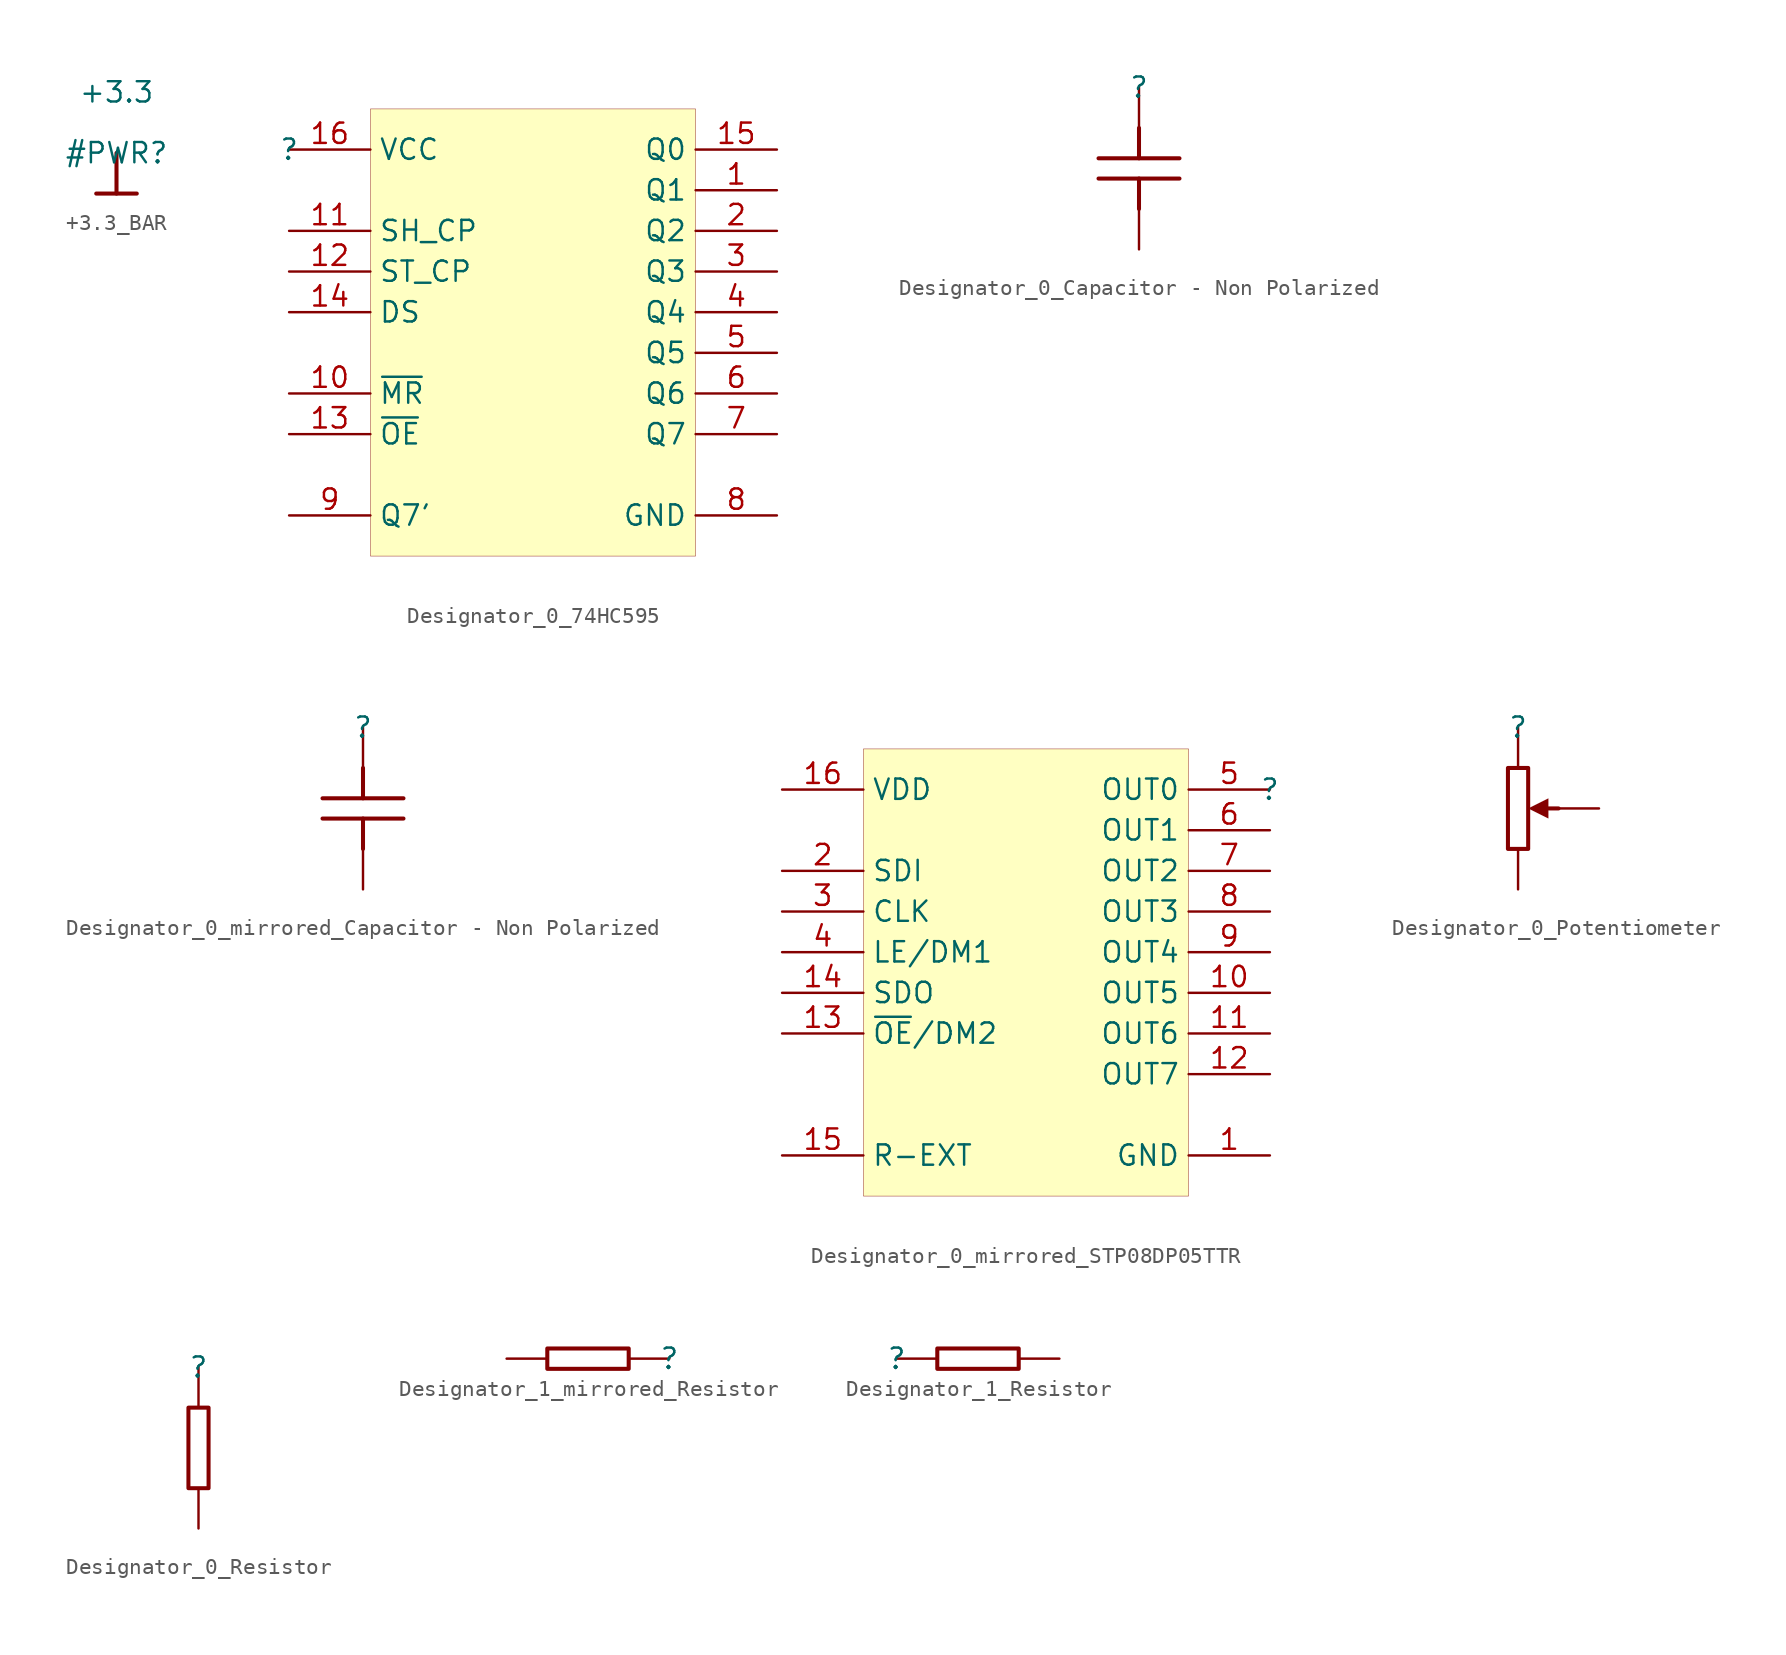
<source format=kicad_sym>
(kicad_symbol_lib
  (version 20231120)
  (generator "kicad_symbol_editor")
  (generator_version "8.0")
  (symbol "+3.3_BAR"
    (power)
    (property "Reference" "#PWR"
      (at 0 0 0)
      (effects (font (size 1.27 1.27))))
    (property "Value" "+3.3"
      (at 0 3.81 0)
      (effects (font (size 1.27 1.27))))
    (symbol "+3.3_BAR_0_0"
      (polyline (pts (xy -1.27 -2.54) (xy 1.27 -2.54)) (stroke (width 0.254) (type solid)) (fill (type none)))
      (polyline (pts (xy 0 0) (xy 0 -2.54)) (stroke (width 0.254) (type solid)) (fill (type none)))
      (pin power_in line (at 0 0 0) (length 0) hide (name "+3.3" (effects (font (size 1.27 1.27)))) (number "" (effects (font (size 1.27 1.27)))))))
  (symbol "Designator_0_74HC595"
    (property "Reference" ""
      (at 0 0 0)
      (effects (font (size 1.27 1.27))))
    (property "Value" ""
      (at 0 0 0)
      (effects (font (size 1.27 1.27))))
    (symbol "Designator_0_74HC595_1_0"
      (rectangle (start 25.4 2.54) (end 5.08 -25.4) (stroke (width 0.025) (type solid) (color 128 0 0 1)) (fill (type background)))
      (pin passive line (at 30.48 -2.54 180) (length 5.08) (name "Q1" (effects (font (size 1.27 1.27)))) (number "1" (effects (font (size 1.27 1.27)))))
      (pin passive line (at 0 -15.24 0) (length 5.08) (name "~{MR}" (effects (font (size 1.27 1.27)))) (number "10" (effects (font (size 1.27 1.27)))))
      (pin passive line (at 0 -5.08 0) (length 5.08) (name "SH_CP" (effects (font (size 1.27 1.27)))) (number "11" (effects (font (size 1.27 1.27)))))
      (pin passive line (at 0 -7.62 0) (length 5.08) (name "ST_CP" (effects (font (size 1.27 1.27)))) (number "12" (effects (font (size 1.27 1.27)))))
      (pin passive line (at 0 -17.78 0) (length 5.08) (name "~{OE}" (effects (font (size 1.27 1.27)))) (number "13" (effects (font (size 1.27 1.27)))))
      (pin passive line (at 0 -10.16 0) (length 5.08) (name "DS" (effects (font (size 1.27 1.27)))) (number "14" (effects (font (size 1.27 1.27)))))
      (pin passive line (at 30.48 0 180) (length 5.08) (name "Q0" (effects (font (size 1.27 1.27)))) (number "15" (effects (font (size 1.27 1.27)))))
      (pin passive line (at 0 0 0) (length 5.08) (name "VCC" (effects (font (size 1.27 1.27)))) (number "16" (effects (font (size 1.27 1.27)))))
      (pin passive line (at 30.48 -5.08 180) (length 5.08) (name "Q2" (effects (font (size 1.27 1.27)))) (number "2" (effects (font (size 1.27 1.27)))))
      (pin passive line (at 30.48 -7.62 180) (length 5.08) (name "Q3" (effects (font (size 1.27 1.27)))) (number "3" (effects (font (size 1.27 1.27)))))
      (pin passive line (at 30.48 -10.16 180) (length 5.08) (name "Q4" (effects (font (size 1.27 1.27)))) (number "4" (effects (font (size 1.27 1.27)))))
      (pin passive line (at 30.48 -12.7 180) (length 5.08) (name "Q5" (effects (font (size 1.27 1.27)))) (number "5" (effects (font (size 1.27 1.27)))))
      (pin passive line (at 30.48 -15.24 180) (length 5.08) (name "Q6" (effects (font (size 1.27 1.27)))) (number "6" (effects (font (size 1.27 1.27)))))
      (pin passive line (at 30.48 -17.78 180) (length 5.08) (name "Q7" (effects (font (size 1.27 1.27)))) (number "7" (effects (font (size 1.27 1.27)))))
      (pin passive line (at 30.48 -22.86 180) (length 5.08) (name "GND" (effects (font (size 1.27 1.27)))) (number "8" (effects (font (size 1.27 1.27)))))
      (pin passive line (at 0 -22.86 0) (length 5.08) (name "Q7'" (effects (font (size 1.27 1.27)))) (number "9" (effects (font (size 1.27 1.27)))))))
  (symbol "Designator_0_Capacitor - Non Polarized"
    (property "Reference" ""
      (at 0 0 0)
      (effects (font (size 1.27 1.27))))
    (property "Value" ""
      (at 0 0 0)
      (effects (font (size 1.27 1.27))))
    (symbol "Designator_0_Capacitor - Non Polarized_1_0"
      (polyline (pts (xy -2.54 -4.445) (xy 2.54 -4.445)) (stroke (width 0.254) (type solid)) (fill (type none)))
      (polyline (pts (xy 0 -7.62) (xy 0 -5.715)) (stroke (width 0.254) (type solid)) (fill (type none)))
      (polyline (pts (xy 0 -2.54) (xy 0 -4.445)) (stroke (width 0.254) (type solid)) (fill (type none)))
      (polyline (pts (xy 2.54 -5.715) (xy -2.54 -5.715)) (stroke (width 0.254) (type solid)) (fill (type none)))
      (pin passive line (at 0 0 270) (length 2.54) (name "" (effects (font (size 1.27 1.27)))) (number "1" (effects (font (size 0 0)))))
      (pin passive line (at 0 -10.16 90) (length 2.54) (name "" (effects (font (size 0 0)))) (number "2" (effects (font (size 0 0)))))))
  (symbol "Designator_0_mirrored_Capacitor - Non Polarized"
    (property "Reference" ""
      (at 0 0 0)
      (effects (font (size 1.27 1.27))))
    (property "Value" ""
      (at 0 0 0)
      (effects (font (size 1.27 1.27))))
    (symbol "Designator_0_mirrored_Capacitor - Non Polarized_1_0"
      (polyline (pts (xy -2.54 -5.715) (xy 2.54 -5.715)) (stroke (width 0.254) (type solid)) (fill (type none)))
      (polyline (pts (xy 0 -7.62) (xy 0 -5.715)) (stroke (width 0.254) (type solid)) (fill (type none)))
      (polyline (pts (xy 0 -2.54) (xy 0 -4.445)) (stroke (width 0.254) (type solid)) (fill (type none)))
      (polyline (pts (xy 2.54 -4.445) (xy -2.54 -4.445)) (stroke (width 0.254) (type solid)) (fill (type none)))
      (pin passive line (at 0 0 270) (length 2.54) (name "" (effects (font (size 1.27 1.27)))) (number "1" (effects (font (size 0 0)))))
      (pin passive line (at 0 -10.16 90) (length 2.54) (name "" (effects (font (size 0 0)))) (number "2" (effects (font (size 0 0)))))))
  (symbol "Designator_0_mirrored_STP08DP05TTR"
    (property "Reference" ""
      (at 0 0 0)
      (effects (font (size 1.27 1.27))))
    (property "Value" ""
      (at 0 0 0)
      (effects (font (size 1.27 1.27))))
    (symbol "Designator_0_mirrored_STP08DP05TTR_1_0"
      (rectangle (start -5.08 2.54) (end -25.4 -25.4) (stroke (width 0.025) (type solid) (color 128 0 0 1)) (fill (type background)))
      (pin passive line (at 0 -22.86 180) (length 5.08) (name "GND" (effects (font (size 1.27 1.27)))) (number "1" (effects (font (size 1.27 1.27)))))
      (pin passive line (at 0 -12.7 180) (length 5.08) (name "OUT5" (effects (font (size 1.27 1.27)))) (number "10" (effects (font (size 1.27 1.27)))))
      (pin passive line (at 0 -15.24 180) (length 5.08) (name "OUT6" (effects (font (size 1.27 1.27)))) (number "11" (effects (font (size 1.27 1.27)))))
      (pin passive line (at 0 -17.78 180) (length 5.08) (name "OUT7" (effects (font (size 1.27 1.27)))) (number "12" (effects (font (size 1.27 1.27)))))
      (pin passive line (at -30.48 -15.24 0) (length 5.08) (name "~{OE}/DM2" (effects (font (size 1.27 1.27)))) (number "13" (effects (font (size 1.27 1.27)))))
      (pin passive line (at -30.48 -12.7 0) (length 5.08) (name "SDO" (effects (font (size 1.27 1.27)))) (number "14" (effects (font (size 1.27 1.27)))))
      (pin passive line (at -30.48 -22.86 0) (length 5.08) (name "R-EXT" (effects (font (size 1.27 1.27)))) (number "15" (effects (font (size 1.27 1.27)))))
      (pin passive line (at -30.48 0 0) (length 5.08) (name "VDD" (effects (font (size 1.27 1.27)))) (number "16" (effects (font (size 1.27 1.27)))))
      (pin passive line (at -30.48 -5.08 0) (length 5.08) (name "SDI" (effects (font (size 1.27 1.27)))) (number "2" (effects (font (size 1.27 1.27)))))
      (pin passive line (at -30.48 -7.62 0) (length 5.08) (name "CLK" (effects (font (size 1.27 1.27)))) (number "3" (effects (font (size 1.27 1.27)))))
      (pin passive line (at -30.48 -10.16 0) (length 5.08) (name "LE/DM1" (effects (font (size 1.27 1.27)))) (number "4" (effects (font (size 1.27 1.27)))))
      (pin passive line (at 0 0 180) (length 5.08) (name "OUT0" (effects (font (size 1.27 1.27)))) (number "5" (effects (font (size 1.27 1.27)))))
      (pin passive line (at 0 -2.54 180) (length 5.08) (name "OUT1" (effects (font (size 1.27 1.27)))) (number "6" (effects (font (size 1.27 1.27)))))
      (pin passive line (at 0 -5.08 180) (length 5.08) (name "OUT2" (effects (font (size 1.27 1.27)))) (number "7" (effects (font (size 1.27 1.27)))))
      (pin passive line (at 0 -7.62 180) (length 5.08) (name "OUT3" (effects (font (size 1.27 1.27)))) (number "8" (effects (font (size 1.27 1.27)))))
      (pin passive line (at 0 -10.16 180) (length 5.08) (name "OUT4" (effects (font (size 1.27 1.27)))) (number "9" (effects (font (size 1.27 1.27)))))))
  (symbol "Designator_0_Potentiometer"
    (property "Reference" ""
      (at 0 0 0)
      (effects (font (size 1.27 1.27))))
    (property "Value" ""
      (at 0 0 0)
      (effects (font (size 1.27 1.27))))
    (symbol "Designator_0_Potentiometer_1_0"
      (polyline (pts (xy 2.54 -5.08) (xy 1.905 -5.08)) (stroke (width 0.254) (type solid)) (fill (type none)))
      (polyline (pts (xy 1.905 -4.445) (xy 1.905 -5.715) (xy 0.635 -5.08) (xy 1.905 -4.445)) (stroke (width -0.0001) (type solid)) (fill (type outline)))
      (polyline (pts (xy -0.635 -2.54) (xy 0.635 -2.54) (xy 0.635 -7.62) (xy -0.635 -7.62) (xy -0.635 -2.54)) (stroke (width 0.254) (type solid)) (fill (type none)))
      (pin passive line (at 0 0 270) (length 2.54) (name "" (effects (font (size 1.27 1.27)))) (number "1" (effects (font (size 0 0)))))
      (pin passive line (at 5.08 -5.08 180) (length 2.54) (name "" (effects (font (size 1.27 1.27)))) (number "2" (effects (font (size 0 0)))))
      (pin passive line (at 0 -10.16 90) (length 2.54) (name "" (effects (font (size 0 0)))) (number "3" (effects (font (size 0 0)))))))
  (symbol "Designator_0_Resistor"
    (property "Reference" ""
      (at 0 0 0)
      (effects (font (size 1.27 1.27))))
    (property "Value" ""
      (at 0 0 0)
      (effects (font (size 1.27 1.27))))
    (symbol "Designator_0_Resistor_1_0"
      (polyline (pts (xy -0.635 -2.54) (xy 0.635 -2.54) (xy 0.635 -7.62) (xy -0.635 -7.62) (xy -0.635 -2.54)) (stroke (width 0.254) (type solid)) (fill (type none)))
      (pin passive line (at 0 0 270) (length 2.54) (name "" (effects (font (size 1.27 1.27)))) (number "1" (effects (font (size 0 0)))))
      (pin passive line (at 0 -10.16 90) (length 2.54) (name "" (effects (font (size 0 0)))) (number "2" (effects (font (size 0 0)))))))
  (symbol "Designator_1_mirrored_Resistor"
    (property "Reference" ""
      (at 0 0 0)
      (effects (font (size 1.27 1.27))))
    (property "Value" ""
      (at 0 0 0)
      (effects (font (size 1.27 1.27))))
    (symbol "Designator_1_mirrored_Resistor_1_0"
      (polyline (pts (xy -2.54 -0.635) (xy -2.54 0.635) (xy -7.62 0.635) (xy -7.62 -0.635) (xy -2.54 -0.635)) (stroke (width 0.254) (type solid)) (fill (type none)))
      (pin passive line (at 0 0 180) (length 2.54) (name "" (effects (font (size 1.27 1.27)))) (number "1" (effects (font (size 0 0)))))
      (pin passive line (at -10.16 0 0) (length 2.54) (name "" (effects (font (size 0 0)))) (number "2" (effects (font (size 0 0)))))))
  (symbol "Designator_1_Resistor"
    (property "Reference" ""
      (at 0 0 0)
      (effects (font (size 1.27 1.27))))
    (property "Value" ""
      (at 0 0 0)
      (effects (font (size 1.27 1.27))))
    (symbol "Designator_1_Resistor_1_0"
      (polyline (pts (xy 2.54 -0.635) (xy 2.54 0.635) (xy 7.62 0.635) (xy 7.62 -0.635) (xy 2.54 -0.635)) (stroke (width 0.254) (type solid)) (fill (type none)))
      (pin passive line (at 0 0 0) (length 2.54) (name "" (effects (font (size 1.27 1.27)))) (number "1" (effects (font (size 0 0)))))
      (pin passive line (at 10.16 0 180) (length 2.54) (name "" (effects (font (size 0 0)))) (number "2" (effects (font (size 0 0))))))))
</source>
